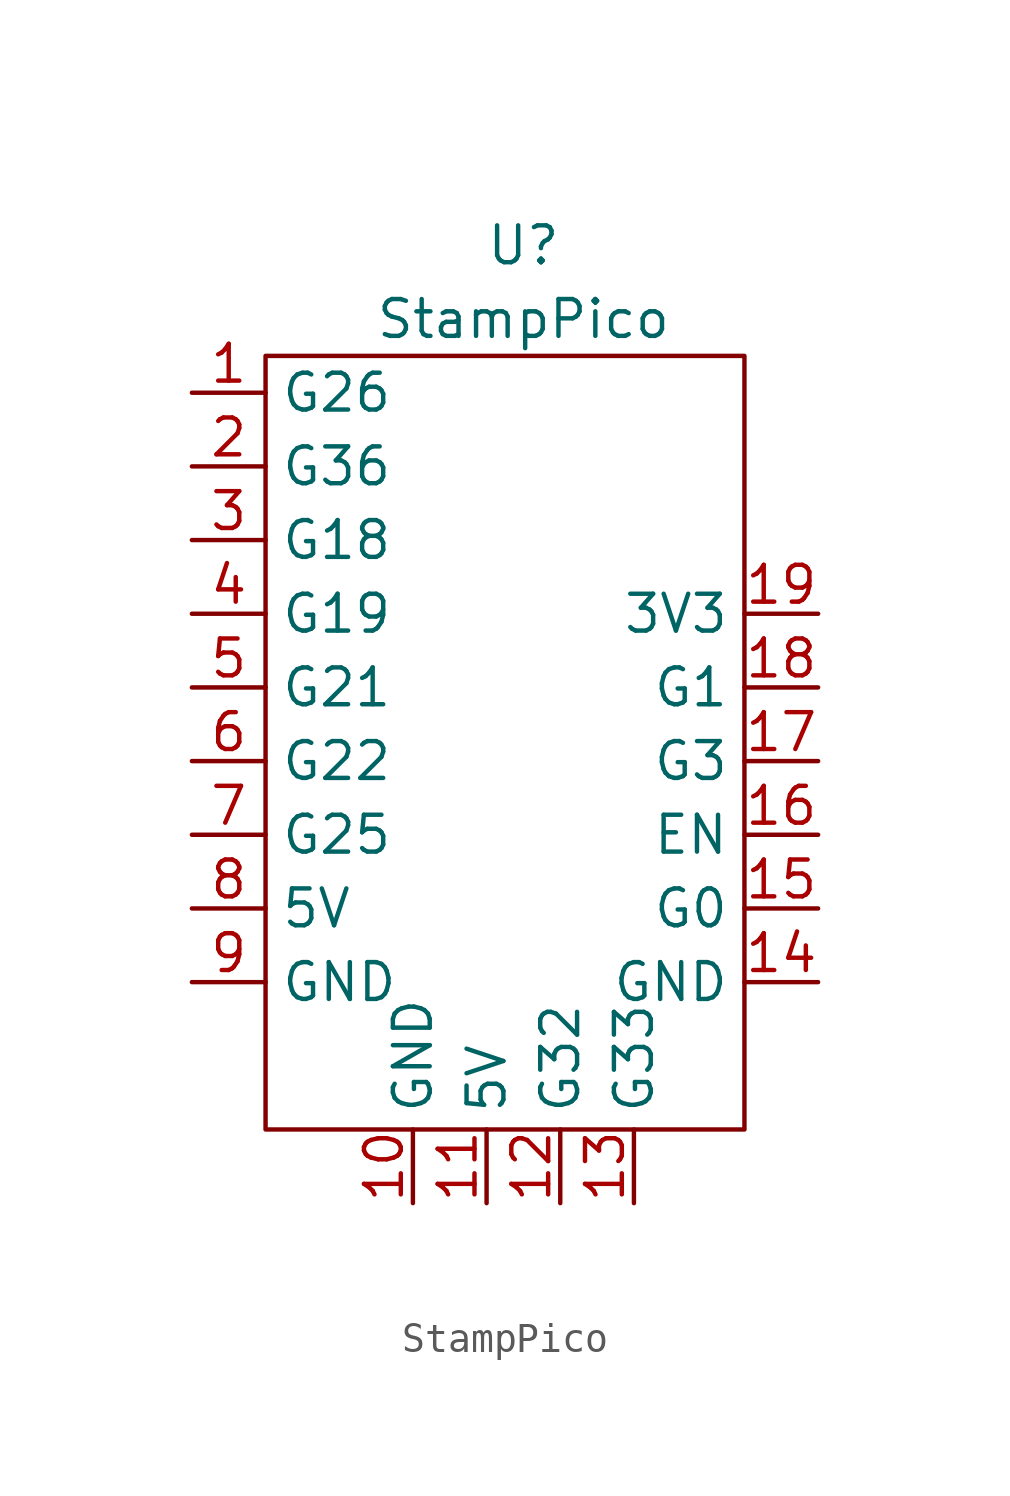
<source format=kicad_sym>
(kicad_symbol_lib
  (version 20211014)
  (generator kicad_symbol_editor)
  (symbol "StampPico"
    (property "Reference" "U"
      (at 0 16.51 0)
      (effects (font (size 1.27 1.27))))
    (property "Value" "StampPico"
      (at 0 13.97 0)
      (effects (font (size 1.27 1.27))))
    (symbol "StampPico_0_0"
      (pin bidirectional line (at -11.43 11.43 0) (length 2.54) (name "G26" (effects (font (size 1.27 1.27)))) (number "1" (effects (font (size 1.27 1.27)))))
      (pin power_in line (at -3.81 -16.51 90) (length 2.54) (name "GND" (effects (font (size 1.27 1.27)))) (number "10" (effects (font (size 1.27 1.27)))))
      (pin power_in line (at -1.27 -16.51 90) (length 2.54) (name "5V" (effects (font (size 1.27 1.27)))) (number "11" (effects (font (size 1.27 1.27)))))
      (pin bidirectional line (at 1.27 -16.51 90) (length 2.54) (name "G32" (effects (font (size 1.27 1.27)))) (number "12" (effects (font (size 1.27 1.27)))))
      (pin bidirectional line (at 3.81 -16.51 90) (length 2.54) (name "G33" (effects (font (size 1.27 1.27)))) (number "13" (effects (font (size 1.27 1.27)))))
      (pin power_in line (at 10.16 -8.89 180) (length 2.54) (name "GND" (effects (font (size 1.27 1.27)))) (number "14" (effects (font (size 1.27 1.27)))))
      (pin bidirectional line (at 10.16 -6.35 180) (length 2.54) (name "G0" (effects (font (size 1.27 1.27)))) (number "15" (effects (font (size 1.27 1.27)))))
      (pin input line (at 10.16 -3.81 180) (length 2.54) (name "EN" (effects (font (size 1.27 1.27)))) (number "16" (effects (font (size 1.27 1.27)))))
      (pin bidirectional line (at 10.16 -1.27 180) (length 2.54) (name "G3" (effects (font (size 1.27 1.27)))) (number "17" (effects (font (size 1.27 1.27)))))
      (pin bidirectional line (at 10.16 1.27 180) (length 2.54) (name "G1" (effects (font (size 1.27 1.27)))) (number "18" (effects (font (size 1.27 1.27)))))
      (pin power_out line (at 10.16 3.81 180) (length 2.54) (name "3V3" (effects (font (size 1.27 1.27)))) (number "19" (effects (font (size 1.27 1.27)))))
      (pin bidirectional line (at -11.43 8.89 0) (length 2.54) (name "G36" (effects (font (size 1.27 1.27)))) (number "2" (effects (font (size 1.27 1.27)))))
      (pin bidirectional line (at -11.43 6.35 0) (length 2.54) (name "G18" (effects (font (size 1.27 1.27)))) (number "3" (effects (font (size 1.27 1.27)))))
      (pin bidirectional line (at -11.43 3.81 0) (length 2.54) (name "G19" (effects (font (size 1.27 1.27)))) (number "4" (effects (font (size 1.27 1.27)))))
      (pin bidirectional line (at -11.43 1.27 0) (length 2.54) (name "G21" (effects (font (size 1.27 1.27)))) (number "5" (effects (font (size 1.27 1.27)))))
      (pin bidirectional line (at -11.43 -1.27 0) (length 2.54) (name "G22" (effects (font (size 1.27 1.27)))) (number "6" (effects (font (size 1.27 1.27)))))
      (pin bidirectional line (at -11.43 -3.81 0) (length 2.54) (name "G25" (effects (font (size 1.27 1.27)))) (number "7" (effects (font (size 1.27 1.27)))))
      (pin power_in line (at -11.43 -6.35 0) (length 2.54) (name "5V" (effects (font (size 1.27 1.27)))) (number "8" (effects (font (size 1.27 1.27)))))
      (pin power_in line (at -11.43 -8.89 0) (length 2.54) (name "GND" (effects (font (size 1.27 1.27)))) (number "9" (effects (font (size 1.27 1.27))))))
    (symbol "StampPico_0_1"
      (rectangle (start 7.62 -13.97) (end -8.89 12.7) (stroke (width 0) (type default) (color 0 0 0 0)) (fill (type none))))))
</source>
